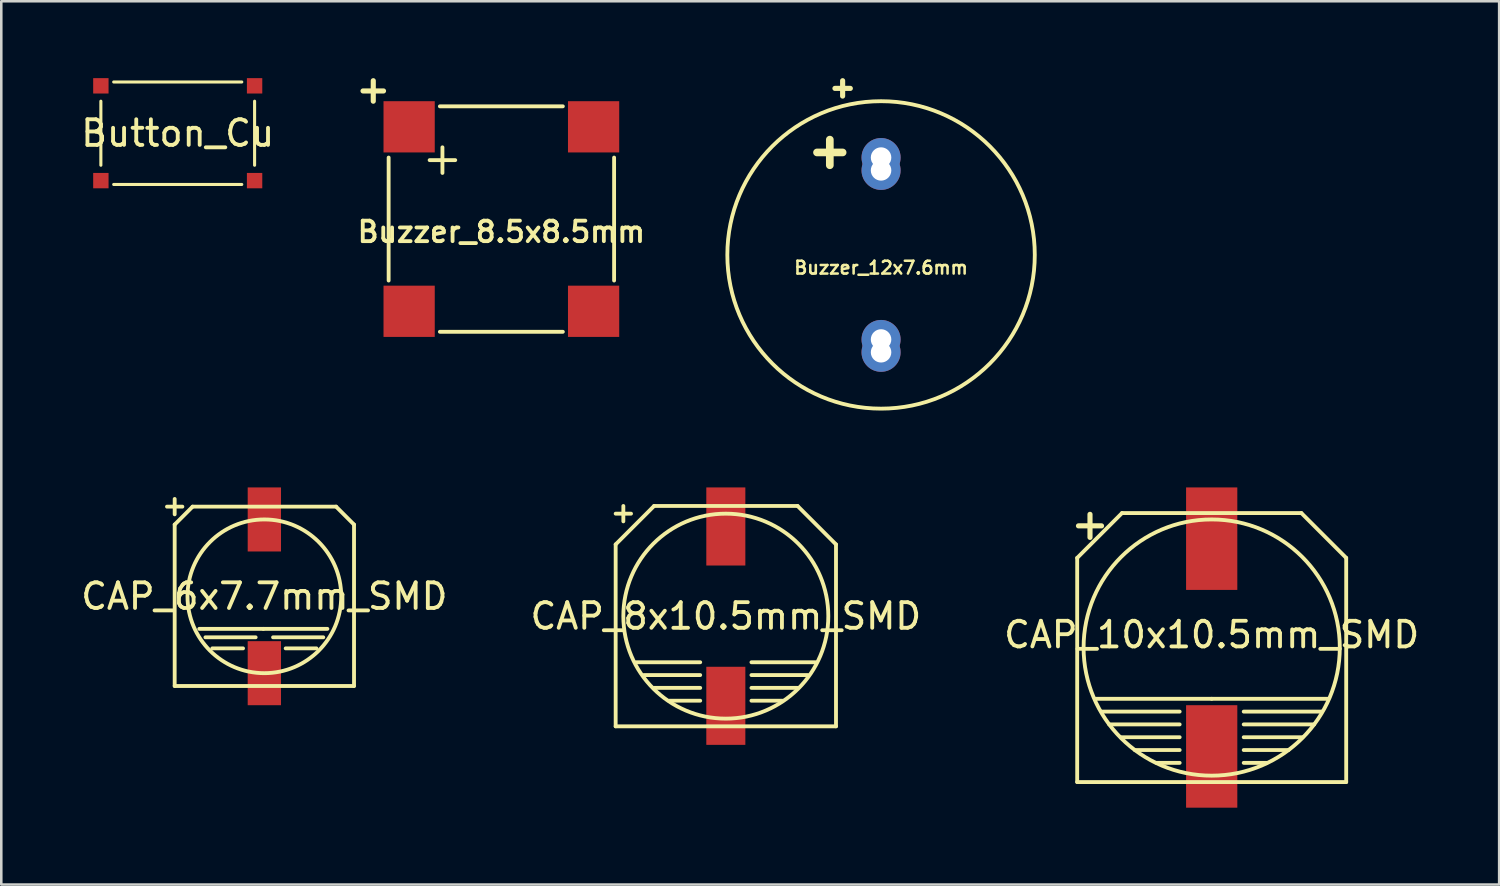
<source format=kicad_pcb>
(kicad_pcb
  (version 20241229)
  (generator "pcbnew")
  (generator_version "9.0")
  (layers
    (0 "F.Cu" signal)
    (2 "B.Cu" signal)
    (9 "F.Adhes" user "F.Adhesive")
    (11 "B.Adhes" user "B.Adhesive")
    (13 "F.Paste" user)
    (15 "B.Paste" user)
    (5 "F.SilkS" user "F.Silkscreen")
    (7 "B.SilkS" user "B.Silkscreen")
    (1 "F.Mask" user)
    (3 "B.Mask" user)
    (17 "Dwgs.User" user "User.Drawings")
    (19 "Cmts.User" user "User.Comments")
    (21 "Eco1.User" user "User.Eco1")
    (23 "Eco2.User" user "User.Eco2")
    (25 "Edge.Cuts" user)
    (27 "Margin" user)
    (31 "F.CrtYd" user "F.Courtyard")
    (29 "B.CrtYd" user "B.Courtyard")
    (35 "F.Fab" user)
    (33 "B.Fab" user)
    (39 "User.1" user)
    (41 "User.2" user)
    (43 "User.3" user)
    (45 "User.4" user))
  (footprint "CAP_6x7.7mm_SMD"
    (layer "F.Cu")
    (at 7.268 20.225)
    (property "Reference" "CAP_6x7.7mm_SMD" (at 0 0 0) (layer "F.SilkS") (effects (font (size 1 1) (thickness 0.15))))
    (attr through_hole)
    (fp_line (start -3.8 -3.5) (end -3.2 -3.5) (stroke (width 0.15) (type solid)) (layer "F.SilkS"))
    (fp_line (start -3.5 -3.2) (end -3.5 -3.8) (stroke (width 0.15) (type solid)) (layer "F.SilkS"))
    (fp_line (start -3.5 -2.8) (end -3.5 3.5) (stroke (width 0.15) (type solid)) (layer "F.SilkS"))
    (fp_line (start -3.5 3.5) (end 3.5 3.5) (stroke (width 0.15) (type solid)) (layer "F.SilkS"))
    (fp_line (start -2.8 -3.5) (end -3.5 -2.8) (stroke (width 0.15) (type solid)) (layer "F.SilkS"))
    (fp_line (start -2.54 1.27) (end -0.04 1.27) (stroke (width 0.15) (type solid)) (layer "F.SilkS"))
    (fp_line (start -0.832 2.032) (end -2.032 2.032) (stroke (width 0.15) (type solid)) (layer "F.SilkS"))
    (fp_line (start -0.34 1.6) (end -2.3 1.6) (stroke (width 0.15) (type solid)) (layer "F.SilkS"))
    (fp_line (start -0.04 1.27) (end 2.46 1.27) (stroke (width 0.15) (type solid)) (layer "F.SilkS"))
    (fp_line (start 2.032 2.032) (end 0.832 2.032) (stroke (width 0.15) (type solid)) (layer "F.SilkS"))
    (fp_line (start 2.3 1.6) (end 0.34 1.6) (stroke (width 0.15) (type solid)) (layer "F.SilkS"))
    (fp_line (start 2.8 -3.5) (end -2.8 -3.5) (stroke (width 0.15) (type solid)) (layer "F.SilkS"))
    (fp_line (start 2.8 -3.5) (end 3.5 -2.8) (stroke (width 0.15) (type solid)) (layer "F.SilkS"))
    (fp_line (start 3.5 3.5) (end 3.5 -2.8) (stroke (width 0.15) (type solid)) (layer "F.SilkS"))
    (fp_circle (center 0 0) (end -3 0) (stroke (width 0.15) (type solid)) (fill no) (layer "F.SilkS"))
    (pad "1" smd rect (at 0 -3) (size 1.3 2.5) (layers "F.Cu" "F.Mask" "F.Paste"))
    (pad "2" smd rect (at 0 3) (size 1.3 2.5) (layers "F.Cu" "F.Mask" "F.Paste")))
  (footprint "Buzzer_8.5x8.5mm"
    (layer "F.Cu")
    (at 16.519 5.5)
    (property "Reference" "Buzzer_8.5x8.5mm" (at 0 0.5 0) (layer "F.SilkS") (effects (font (size 0.8 0.8) (thickness 0.15))))
    (attr through_hole)
    (fp_line (start -5.4 -5) (end -4.6 -5) (stroke (width 0.2) (type solid)) (layer "F.SilkS"))
    (fp_line (start -5 -4.6) (end -5 -5.4) (stroke (width 0.2) (type solid)) (layer "F.SilkS"))
    (fp_line (start -4.4 2.4) (end -4.4 -2.4) (stroke (width 0.15) (type solid)) (layer "F.SilkS"))
    (fp_line (start -2.8 -2.3) (end -1.8 -2.3) (stroke (width 0.15) (type solid)) (layer "F.SilkS"))
    (fp_line (start -2.4 -4.4) (end 2.4 -4.4) (stroke (width 0.15) (type solid)) (layer "F.SilkS"))
    (fp_line (start -2.3 -2.8) (end -2.3 -1.8) (stroke (width 0.15) (type solid)) (layer "F.SilkS"))
    (fp_line (start 2.4 4.4) (end -2.4 4.4) (stroke (width 0.15) (type solid)) (layer "F.SilkS"))
    (fp_line (start 4.4 -2.4) (end 4.4 2.4) (stroke (width 0.15) (type solid)) (layer "F.SilkS"))
    (pad "1" smd rect (at -3.6 -3.6) (size 2 2) (layers "F.Cu" "F.Mask" "F.Paste"))
    (pad "2" smd rect (at -3.6 3.6) (size 2 2) (layers "F.Cu" "F.Mask" "F.Paste"))
    (pad "3" smd rect (at 3.6 3.6) (size 2 2) (layers "F.Cu" "F.Mask" "F.Paste"))
    (pad "4" smd rect (at 3.6 -3.6 180) (size 2 2) (layers "F.Cu" "F.Mask" "F.Paste")))
  (footprint "Buzzer_12x7.6mm"
    (layer "F.Cu")
    (at 31.339 6.9)
    (property "Reference" "Buzzer_12x7.6mm" (at 0 0.5 0) (layer "F.SilkS") (effects (font (size 0.5 0.5) (thickness 0.1))))
    (attr through_hole)
    (fp_line (start -2.5 -4) (end -1.5 -4) (stroke (width 0.3) (type solid)) (layer "F.SilkS"))
    (fp_line (start -2 -4.5) (end -2 -3.5) (stroke (width 0.3) (type solid)) (layer "F.SilkS"))
    (fp_line (start -1.8 -6.5) (end -1.2 -6.5) (stroke (width 0.2) (type solid)) (layer "F.SilkS"))
    (fp_line (start -1.5 -6.2) (end -1.5 -6.8) (stroke (width 0.2) (type solid)) (layer "F.SilkS"))
    (fp_circle (center 0 0) (end 6 0) (stroke (width 0.15) (type solid)) (fill no) (layer "F.SilkS"))
    (pad "1" thru_hole circle (at 0 -3.8) (size 1.524 1.524) (drill 0.8) (layers "*.Cu" "*.Mask"))
    (pad "1" thru_hole circle (at 0 -3.3) (size 1.524 1.524) (drill 0.8) (layers "*.Cu" "*.Mask"))
    (pad "2" thru_hole circle (at 0 3.3) (size 1.524 1.524) (drill 0.8) (layers "*.Cu" "*.Mask"))
    (pad "2" thru_hole circle (at 0 3.8) (size 1.524 1.524) (drill 0.8) (layers "*.Cu" "*.Mask")))
  (footprint "CAP_8x10.5mm_SMD"
    (layer "F.Cu")
    (at 25.28 20.999)
    (property "Reference" "CAP_8x10.5mm_SMD" (at 0 0 0) (layer "F.SilkS") (effects (font (size 1 1) (thickness 0.15))))
    (attr through_hole)
    (fp_line (start -4.3 -4) (end -3.7 -4) (stroke (width 0.15) (type solid)) (layer "F.SilkS"))
    (fp_line (start -4.3 -2.8) (end -4.3 4.3) (stroke (width 0.15) (type solid)) (layer "F.SilkS"))
    (fp_line (start -4.3 4.3) (end 4.3 4.3) (stroke (width 0.15) (type solid)) (layer "F.SilkS"))
    (fp_line (start -4 -3.7) (end -4 -4.3) (stroke (width 0.15) (type solid)) (layer "F.SilkS"))
    (fp_line (start -3.5 1.8) (end -1 1.8) (stroke (width 0.15) (type solid)) (layer "F.SilkS"))
    (fp_line (start -2.8 -4.3) (end -4.3 -2.8) (stroke (width 0.15) (type solid)) (layer "F.SilkS"))
    (fp_line (start -2.8 2.8) (end -1 2.8) (stroke (width 0.15) (type solid)) (layer "F.SilkS"))
    (fp_line (start -1 2.3) (end -3.2 2.3) (stroke (width 0.15) (type solid)) (layer "F.SilkS"))
    (fp_line (start -1 3.3) (end -2.2 3.3) (stroke (width 0.15) (type solid)) (layer "F.SilkS"))
    (fp_line (start 1 1.8) (end 3.5 1.8) (stroke (width 0.15) (type solid)) (layer "F.SilkS"))
    (fp_line (start 1 2.8) (end 2.8 2.8) (stroke (width 0.15) (type solid)) (layer "F.SilkS"))
    (fp_line (start 2.2 3.3) (end 1 3.3) (stroke (width 0.15) (type solid)) (layer "F.SilkS"))
    (fp_line (start 2.8 -4.3) (end -2.8 -4.3) (stroke (width 0.15) (type solid)) (layer "F.SilkS"))
    (fp_line (start 2.8 -4.3) (end 4.3 -2.8) (stroke (width 0.15) (type solid)) (layer "F.SilkS"))
    (fp_line (start 3.2 2.3) (end 1 2.3) (stroke (width 0.15) (type solid)) (layer "F.SilkS"))
    (fp_line (start 4.3 4.3) (end 4.3 -2.8) (stroke (width 0.15) (type solid)) (layer "F.SilkS"))
    (fp_circle (center 0 0) (end -4 0) (stroke (width 0.15) (type solid)) (fill no) (layer "F.SilkS"))
    (pad "1" smd rect (at 0 -3.5) (size 1.524 3.048) (layers "F.Cu" "F.Mask" "F.Paste"))
    (pad "2" smd rect (at 0 3.5) (size 1.524 3.048) (layers "F.Cu" "F.Mask" "F.Paste")))
  (footprint "Button_Cu"
    (layer "F.Cu")
    (at 3.887 2.15)
    (property "Reference" "Button_Cu" (at 0 0 0) (layer "F.SilkS") (effects (font (size 1 1) (thickness 0.15))))
    (attr through_hole)
    (fp_line (start -3 -1.25) (end -3 1.25) (stroke (width 0.12) (type solid)) (layer "F.SilkS"))
    (fp_line (start -2.5 -2) (end 2.5 -2) (stroke (width 0.12) (type solid)) (layer "F.SilkS"))
    (fp_line (start -2.5 2) (end 2.5 2) (stroke (width 0.12) (type solid)) (layer "F.SilkS"))
    (fp_line (start 3 -1.25) (end 3 1.25) (stroke (width 0.12) (type solid)) (layer "F.SilkS"))
    (pad "" smd rect (at 3 -1.85) (size 0.6 0.6) (layers "F.Cu" "F.Mask" "F.Paste"))
    (pad "" smd rect (at 3 1.85) (size 0.6 0.6) (layers "F.Cu" "F.Mask" "F.Paste"))
    (pad "1" smd rect (at -3 -1.85) (size 0.6 0.6) (layers "F.Cu" "F.Mask" "F.Paste"))
    (pad "2" smd rect (at -3 1.85) (size 0.6 0.6) (layers "F.Cu" "F.Mask" "F.Paste")))
  (footprint "CAP_10x10.5mm_SMD"
    (layer "F.Cu")
    (at 44.244 22.225)
    (property "Reference" "CAP_10x10.5mm_SMD" (at 0 -0.5 0) (layer "F.SilkS") (effects (font (size 1 1) (thickness 0.15))))
    (attr through_hole)
    (fp_line (start -5.25 -3.5) (end -5.25 5.25) (stroke (width 0.15) (type solid)) (layer "F.SilkS"))
    (fp_line (start -5.25 5.25) (end 5.25 5.25) (stroke (width 0.15) (type solid)) (layer "F.SilkS"))
    (fp_line (start -5.2 -4.75) (end -4.3 -4.75) (stroke (width 0.2) (type solid)) (layer "F.SilkS"))
    (fp_line (start -4.75 -4.3) (end -4.75 -5.2) (stroke (width 0.2) (type solid)) (layer "F.SilkS"))
    (fp_line (start -4.55 2) (end 0 2) (stroke (width 0.15) (type solid)) (layer "F.SilkS"))
    (fp_line (start -4 3) (end -1.25 3) (stroke (width 0.15) (type solid)) (layer "F.SilkS"))
    (fp_line (start -3.5 -5.25) (end -5.25 -3.5) (stroke (width 0.15) (type solid)) (layer "F.SilkS"))
    (fp_line (start -1.25 2.5) (end -4.3 2.5) (stroke (width 0.15) (type solid)) (layer "F.SilkS"))
    (fp_line (start -1.25 3.5) (end -3.55 3.5) (stroke (width 0.15) (type solid)) (layer "F.SilkS"))
    (fp_line (start -1.25 4) (end -3 4) (stroke (width 0.15) (type solid)) (layer "F.SilkS"))
    (fp_line (start -1.25 4.5) (end -2.15 4.5) (stroke (width 0.15) (type solid)) (layer "F.SilkS"))
    (fp_line (start 1.25 2.5) (end 4.3 2.5) (stroke (width 0.15) (type solid)) (layer "F.SilkS"))
    (fp_line (start 2.15 4.5) (end 1.25 4.5) (stroke (width 0.15) (type solid)) (layer "F.SilkS"))
    (fp_line (start 3 4) (end 1.25 4) (stroke (width 0.15) (type solid)) (layer "F.SilkS"))
    (fp_line (start 3.5 -5.25) (end -3.5 -5.25) (stroke (width 0.15) (type solid)) (layer "F.SilkS"))
    (fp_line (start 3.5 -5.25) (end 5.25 -3.5) (stroke (width 0.15) (type solid)) (layer "F.SilkS"))
    (fp_line (start 3.55 3.5) (end 1.25 3.5) (stroke (width 0.15) (type solid)) (layer "F.SilkS"))
    (fp_line (start 4 3) (end 1.25 3) (stroke (width 0.15) (type solid)) (layer "F.SilkS"))
    (fp_line (start 4.55 2) (end 0 2) (stroke (width 0.15) (type solid)) (layer "F.SilkS"))
    (fp_line (start 5.25 5.25) (end 5.25 -3.5) (stroke (width 0.15) (type solid)) (layer "F.SilkS"))
    (fp_circle (center 0 0) (end -5 0) (stroke (width 0.15) (type solid)) (fill no) (layer "F.SilkS"))
    (pad "1" smd rect (at 0 -4.25) (size 2 4) (layers "F.Cu" "F.Mask" "F.Paste"))
    (pad "2" smd rect (at 0 4.25) (size 2 4) (layers "F.Cu" "F.Mask" "F.Paste")))
  (gr_rect
    (start -3 -3)
    (end 55.464 31.475)
    (stroke (width 0.1) (type default))
    (fill no)
    (layer "Edge.Cuts")))
</source>
